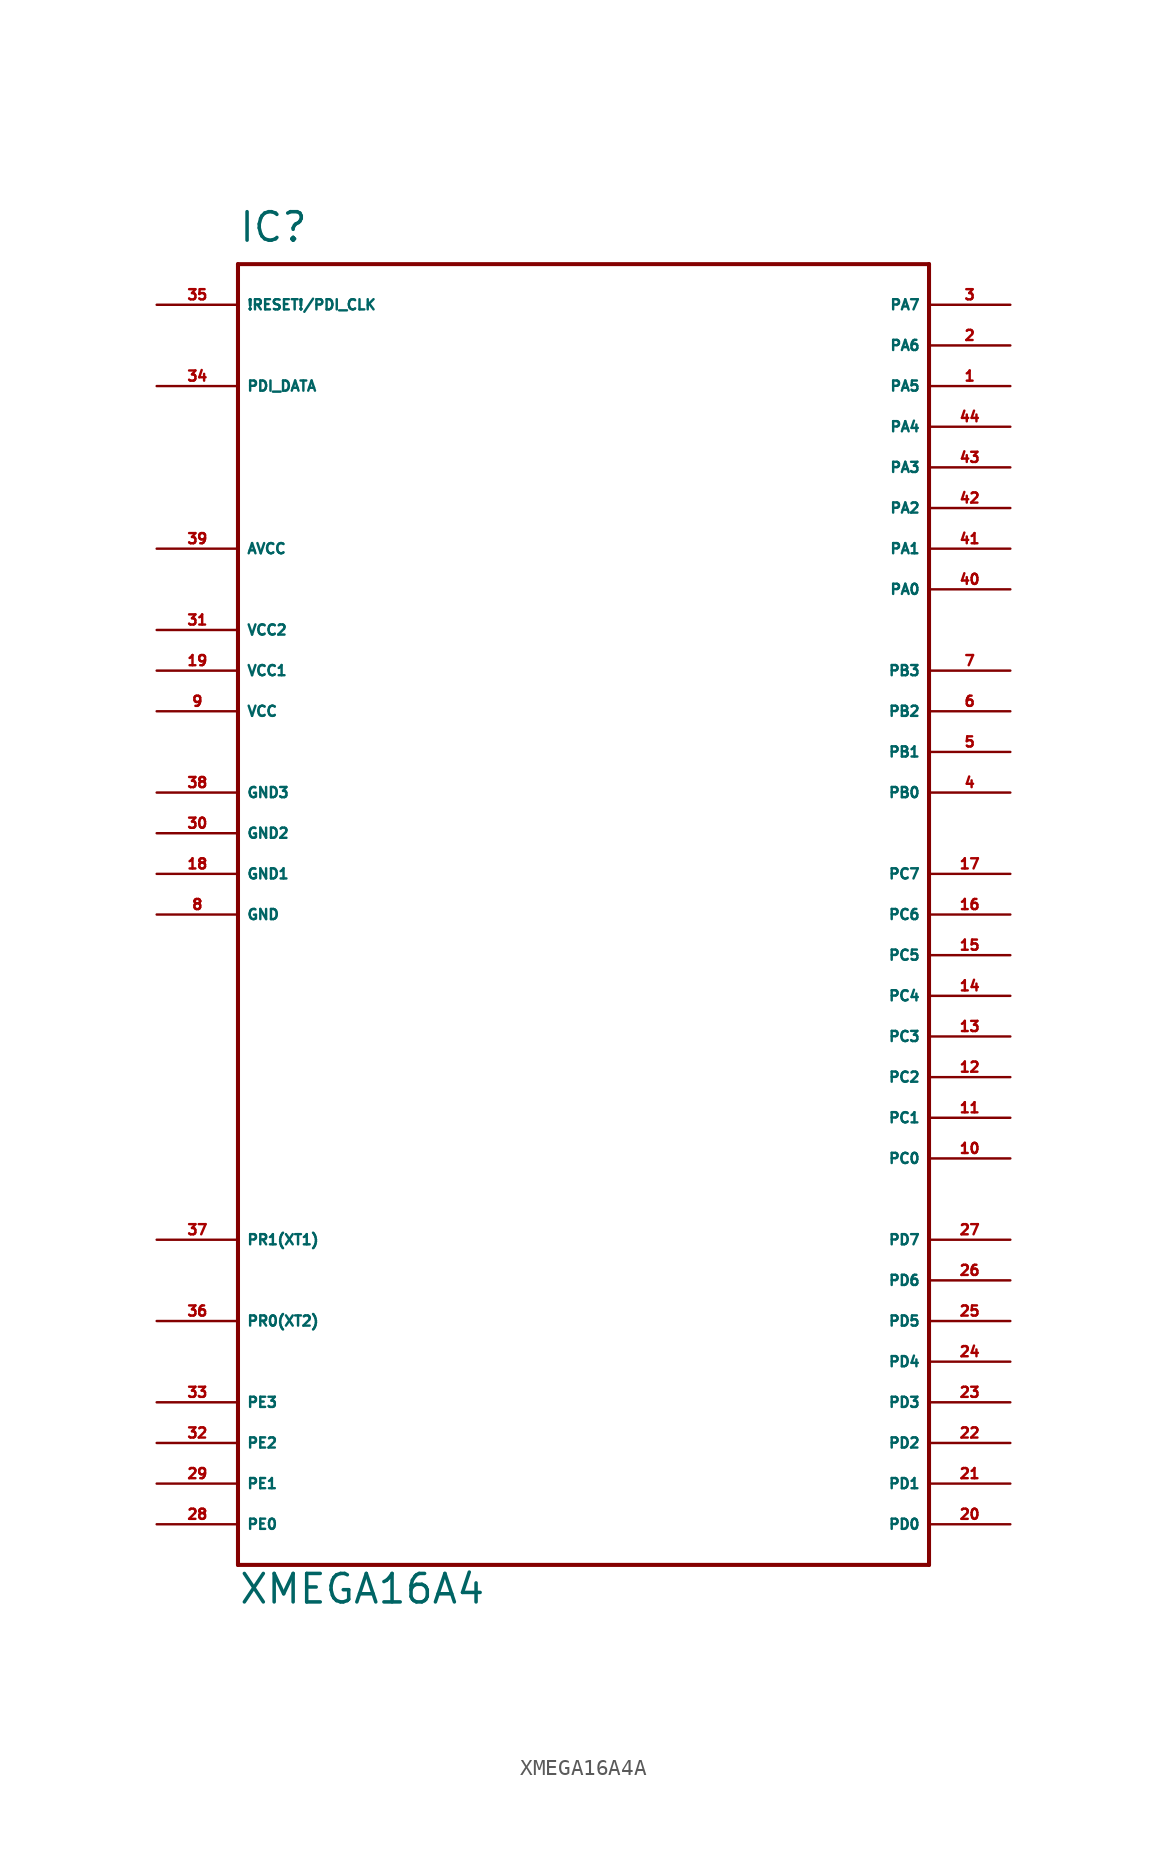
<source format=kicad_sym>
(kicad_symbol_lib
  (version 20220914)
  (generator Eagle2Kicad)
  (symbol "XMEGA16A4A"
    (property "Reference" "IC"
      (at -20.32 41.91 0)
      (effects (font (size 1.778 1.778) (thickness 0.22)) (justify left bottom)))
    (property "Value" "XMEGA16A4"
      (at -20.32 -43.18 0)
      (effects (font (size 1.778 1.778) (thickness 0.22)) (justify left bottom)))
    (polyline
      (pts (xy -20.32 40.64) (xy 22.86 40.64))
      (stroke (width 0.254) (type default))
      (fill (type none)))
    (polyline
      (pts (xy 22.86 40.64) (xy 22.86 -40.64))
      (stroke (width 0.254) (type default))
      (fill (type none)))
    (polyline
      (pts (xy 22.86 -40.64) (xy -20.32 -40.64))
      (stroke (width 0.254) (type default))
      (fill (type none)))
    (polyline
      (pts (xy -20.32 -40.64) (xy -20.32 40.64))
      (stroke (width 0.254) (type default))
      (fill (type none)))
    (pin bidirectional line
      (at -25.4 -38.1 0)
      (length 5.08)
      (name "PE0" (effects (font (size 0.635 0.635) (thickness 0.08)) (justify left bottom)))
      (number "28" (effects (font (size 0.635 0.635) (thickness 0.08)) (justify left bottom))))
    (pin bidirectional line
      (at -25.4 -35.56 0)
      (length 5.08)
      (name "PE1" (effects (font (size 0.635 0.635) (thickness 0.08)) (justify left bottom)))
      (number "29" (effects (font (size 0.635 0.635) (thickness 0.08)) (justify left bottom))))
    (pin bidirectional line
      (at -25.4 -33.02 0)
      (length 5.08)
      (name "PE2" (effects (font (size 0.635 0.635) (thickness 0.08)) (justify left bottom)))
      (number "32" (effects (font (size 0.635 0.635) (thickness 0.08)) (justify left bottom))))
    (pin bidirectional line
      (at -25.4 -30.48 0)
      (length 5.08)
      (name "PE3" (effects (font (size 0.635 0.635) (thickness 0.08)) (justify left bottom)))
      (number "33" (effects (font (size 0.635 0.635) (thickness 0.08)) (justify left bottom))))
    (pin bidirectional line
      (at 27.94 -20.32 180)
      (length 5.08)
      (name "PD7" (effects (font (size 0.635 0.635) (thickness 0.08)) (justify left bottom)))
      (number "27" (effects (font (size 0.635 0.635) (thickness 0.08)) (justify left bottom))))
    (pin bidirectional line
      (at 27.94 -22.86 180)
      (length 5.08)
      (name "PD6" (effects (font (size 0.635 0.635) (thickness 0.08)) (justify left bottom)))
      (number "26" (effects (font (size 0.635 0.635) (thickness 0.08)) (justify left bottom))))
    (pin bidirectional line
      (at 27.94 -25.4 180)
      (length 5.08)
      (name "PD5" (effects (font (size 0.635 0.635) (thickness 0.08)) (justify left bottom)))
      (number "25" (effects (font (size 0.635 0.635) (thickness 0.08)) (justify left bottom))))
    (pin bidirectional line
      (at 27.94 -27.94 180)
      (length 5.08)
      (name "PD4" (effects (font (size 0.635 0.635) (thickness 0.08)) (justify left bottom)))
      (number "24" (effects (font (size 0.635 0.635) (thickness 0.08)) (justify left bottom))))
    (pin bidirectional line
      (at 27.94 -30.48 180)
      (length 5.08)
      (name "PD3" (effects (font (size 0.635 0.635) (thickness 0.08)) (justify left bottom)))
      (number "23" (effects (font (size 0.635 0.635) (thickness 0.08)) (justify left bottom))))
    (pin bidirectional line
      (at 27.94 -33.02 180)
      (length 5.08)
      (name "PD2" (effects (font (size 0.635 0.635) (thickness 0.08)) (justify left bottom)))
      (number "22" (effects (font (size 0.635 0.635) (thickness 0.08)) (justify left bottom))))
    (pin bidirectional line
      (at 27.94 -35.56 180)
      (length 5.08)
      (name "PD1" (effects (font (size 0.635 0.635) (thickness 0.08)) (justify left bottom)))
      (number "21" (effects (font (size 0.635 0.635) (thickness 0.08)) (justify left bottom))))
    (pin bidirectional line
      (at 27.94 -38.1 180)
      (length 5.08)
      (name "PD0" (effects (font (size 0.635 0.635) (thickness 0.08)) (justify left bottom)))
      (number "20" (effects (font (size 0.635 0.635) (thickness 0.08)) (justify left bottom))))
    (pin bidirectional line
      (at 27.94 2.54 180)
      (length 5.08)
      (name "PC7" (effects (font (size 0.635 0.635) (thickness 0.08)) (justify left bottom)))
      (number "17" (effects (font (size 0.635 0.635) (thickness 0.08)) (justify left bottom))))
    (pin bidirectional line
      (at 27.94 0 180)
      (length 5.08)
      (name "PC6" (effects (font (size 0.635 0.635) (thickness 0.08)) (justify left bottom)))
      (number "16" (effects (font (size 0.635 0.635) (thickness 0.08)) (justify left bottom))))
    (pin bidirectional line
      (at 27.94 -2.54 180)
      (length 5.08)
      (name "PC5" (effects (font (size 0.635 0.635) (thickness 0.08)) (justify left bottom)))
      (number "15" (effects (font (size 0.635 0.635) (thickness 0.08)) (justify left bottom))))
    (pin bidirectional line
      (at 27.94 -5.08 180)
      (length 5.08)
      (name "PC4" (effects (font (size 0.635 0.635) (thickness 0.08)) (justify left bottom)))
      (number "14" (effects (font (size 0.635 0.635) (thickness 0.08)) (justify left bottom))))
    (pin bidirectional line
      (at 27.94 -7.62 180)
      (length 5.08)
      (name "PC3" (effects (font (size 0.635 0.635) (thickness 0.08)) (justify left bottom)))
      (number "13" (effects (font (size 0.635 0.635) (thickness 0.08)) (justify left bottom))))
    (pin bidirectional line
      (at 27.94 -10.16 180)
      (length 5.08)
      (name "PC2" (effects (font (size 0.635 0.635) (thickness 0.08)) (justify left bottom)))
      (number "12" (effects (font (size 0.635 0.635) (thickness 0.08)) (justify left bottom))))
    (pin bidirectional line
      (at 27.94 -12.7 180)
      (length 5.08)
      (name "PC1" (effects (font (size 0.635 0.635) (thickness 0.08)) (justify left bottom)))
      (number "11" (effects (font (size 0.635 0.635) (thickness 0.08)) (justify left bottom))))
    (pin bidirectional line
      (at 27.94 -15.24 180)
      (length 5.08)
      (name "PC0" (effects (font (size 0.635 0.635) (thickness 0.08)) (justify left bottom)))
      (number "10" (effects (font (size 0.635 0.635) (thickness 0.08)) (justify left bottom))))
    (pin bidirectional line
      (at 27.94 15.24 180)
      (length 5.08)
      (name "PB3" (effects (font (size 0.635 0.635) (thickness 0.08)) (justify left bottom)))
      (number "7" (effects (font (size 0.635 0.635) (thickness 0.08)) (justify left bottom))))
    (pin bidirectional line
      (at 27.94 12.7 180)
      (length 5.08)
      (name "PB2" (effects (font (size 0.635 0.635) (thickness 0.08)) (justify left bottom)))
      (number "6" (effects (font (size 0.635 0.635) (thickness 0.08)) (justify left bottom))))
    (pin bidirectional line
      (at 27.94 10.16 180)
      (length 5.08)
      (name "PB1" (effects (font (size 0.635 0.635) (thickness 0.08)) (justify left bottom)))
      (number "5" (effects (font (size 0.635 0.635) (thickness 0.08)) (justify left bottom))))
    (pin bidirectional line
      (at 27.94 7.62 180)
      (length 5.08)
      (name "PB0" (effects (font (size 0.635 0.635) (thickness 0.08)) (justify left bottom)))
      (number "4" (effects (font (size 0.635 0.635) (thickness 0.08)) (justify left bottom))))
    (pin bidirectional line
      (at 27.94 35.56 180)
      (length 5.08)
      (name "PA6" (effects (font (size 0.635 0.635) (thickness 0.08)) (justify left bottom)))
      (number "2" (effects (font (size 0.635 0.635) (thickness 0.08)) (justify left bottom))))
    (pin bidirectional line
      (at 27.94 38.1 180)
      (length 5.08)
      (name "PA7" (effects (font (size 0.635 0.635) (thickness 0.08)) (justify left bottom)))
      (number "3" (effects (font (size 0.635 0.635) (thickness 0.08)) (justify left bottom))))
    (pin bidirectional line
      (at 27.94 33.02 180)
      (length 5.08)
      (name "PA5" (effects (font (size 0.635 0.635) (thickness 0.08)) (justify left bottom)))
      (number "1" (effects (font (size 0.635 0.635) (thickness 0.08)) (justify left bottom))))
    (pin bidirectional line
      (at 27.94 30.48 180)
      (length 5.08)
      (name "PA4" (effects (font (size 0.635 0.635) (thickness 0.08)) (justify left bottom)))
      (number "44" (effects (font (size 0.635 0.635) (thickness 0.08)) (justify left bottom))))
    (pin bidirectional line
      (at 27.94 27.94 180)
      (length 5.08)
      (name "PA3" (effects (font (size 0.635 0.635) (thickness 0.08)) (justify left bottom)))
      (number "43" (effects (font (size 0.635 0.635) (thickness 0.08)) (justify left bottom))))
    (pin bidirectional line
      (at 27.94 25.4 180)
      (length 5.08)
      (name "PA2" (effects (font (size 0.635 0.635) (thickness 0.08)) (justify left bottom)))
      (number "42" (effects (font (size 0.635 0.635) (thickness 0.08)) (justify left bottom))))
    (pin bidirectional line
      (at 27.94 22.86 180)
      (length 5.08)
      (name "PA1" (effects (font (size 0.635 0.635) (thickness 0.08)) (justify left bottom)))
      (number "41" (effects (font (size 0.635 0.635) (thickness 0.08)) (justify left bottom))))
    (pin bidirectional line
      (at 27.94 20.32 180)
      (length 5.08)
      (name "PA0" (effects (font (size 0.635 0.635) (thickness 0.08)) (justify left bottom)))
      (number "40" (effects (font (size 0.635 0.635) (thickness 0.08)) (justify left bottom))))
    (pin unspecified line
      (at -25.4 22.86 0)
      (length 5.08)
      (name "AVCC" (effects (font (size 0.635 0.635) (thickness 0.08)) (justify left bottom)))
      (number "39" (effects (font (size 0.635 0.635) (thickness 0.08)) (justify left bottom))))
    (pin unspecified line
      (at -25.4 7.62 0)
      (length 5.08)
      (name "GND3" (effects (font (size 0.635 0.635) (thickness 0.08)) (justify left bottom)))
      (number "38" (effects (font (size 0.635 0.635) (thickness 0.08)) (justify left bottom))))
    (pin unspecified line
      (at -25.4 17.78 0)
      (length 5.08)
      (name "VCC2" (effects (font (size 0.635 0.635) (thickness 0.08)) (justify left bottom)))
      (number "31" (effects (font (size 0.635 0.635) (thickness 0.08)) (justify left bottom))))
    (pin bidirectional line
      (at -25.4 -25.4 0)
      (length 5.08)
      (name "PR0(XT2)" (effects (font (size 0.635 0.635) (thickness 0.08)) (justify left bottom)))
      (number "36" (effects (font (size 0.635 0.635) (thickness 0.08)) (justify left bottom))))
    (pin bidirectional line
      (at -25.4 -20.32 0)
      (length 5.08)
      (name "PR1(XT1)" (effects (font (size 0.635 0.635) (thickness 0.08)) (justify left bottom)))
      (number "37" (effects (font (size 0.635 0.635) (thickness 0.08)) (justify left bottom))))
    (pin unspecified line
      (at -25.4 15.24 0)
      (length 5.08)
      (name "VCC1" (effects (font (size 0.635 0.635) (thickness 0.08)) (justify left bottom)))
      (number "19" (effects (font (size 0.635 0.635) (thickness 0.08)) (justify left bottom))))
    (pin unspecified line
      (at -25.4 12.7 0)
      (length 5.08)
      (name "VCC" (effects (font (size 0.635 0.635) (thickness 0.08)) (justify left bottom)))
      (number "9" (effects (font (size 0.635 0.635) (thickness 0.08)) (justify left bottom))))
    (pin unspecified line
      (at -25.4 2.54 0)
      (length 5.08)
      (name "GND1" (effects (font (size 0.635 0.635) (thickness 0.08)) (justify left bottom)))
      (number "18" (effects (font (size 0.635 0.635) (thickness 0.08)) (justify left bottom))))
    (pin unspecified line
      (at -25.4 0 0)
      (length 5.08)
      (name "GND" (effects (font (size 0.635 0.635) (thickness 0.08)) (justify left bottom)))
      (number "8" (effects (font (size 0.635 0.635) (thickness 0.08)) (justify left bottom))))
    (pin bidirectional line
      (at -25.4 33.02 0)
      (length 5.08)
      (name "PDI_DATA" (effects (font (size 0.635 0.635) (thickness 0.08)) (justify left bottom)))
      (number "34" (effects (font (size 0.635 0.635) (thickness 0.08)) (justify left bottom))))
    (pin unspecified line
      (at -25.4 5.08 0)
      (length 5.08)
      (name "GND2" (effects (font (size 0.635 0.635) (thickness 0.08)) (justify left bottom)))
      (number "30" (effects (font (size 0.635 0.635) (thickness 0.08)) (justify left bottom))))
    (pin bidirectional line
      (at -25.4 38.1 0)
      (length 5.08)
      (name "!RESET!/PDI_CLK" (effects (font (size 0.635 0.635) (thickness 0.08)) (justify left bottom)))
      (number "35" (effects (font (size 0.635 0.635) (thickness 0.08)) (justify left bottom))))))
</source>
